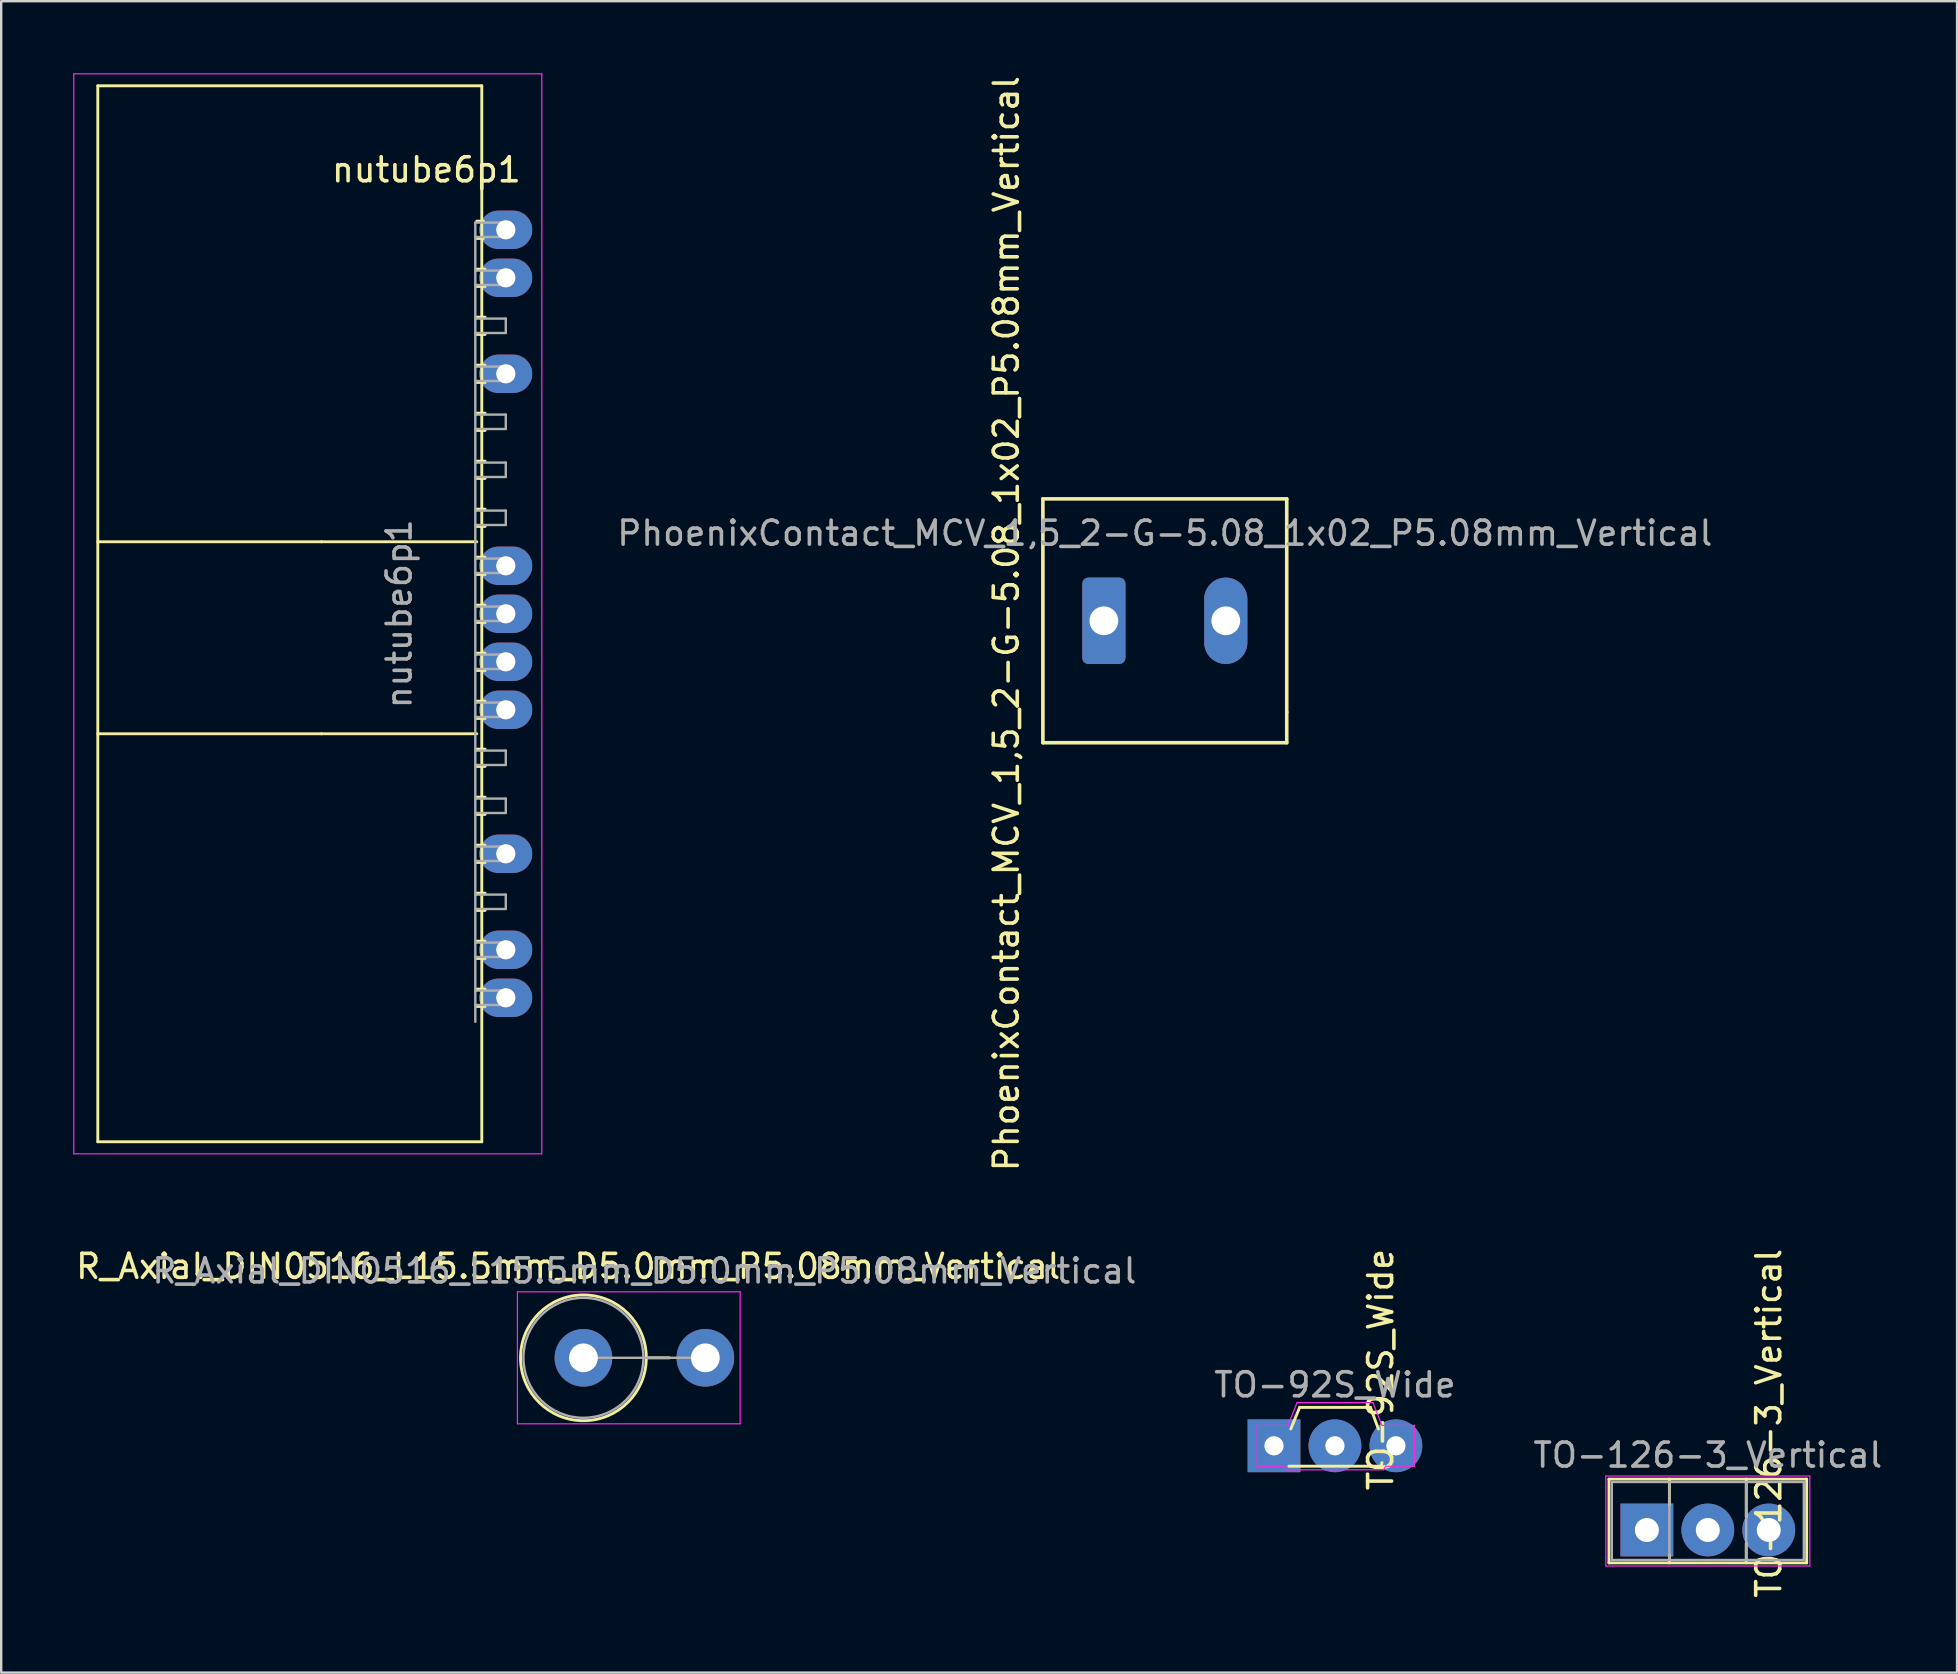
<source format=kicad_pcb>
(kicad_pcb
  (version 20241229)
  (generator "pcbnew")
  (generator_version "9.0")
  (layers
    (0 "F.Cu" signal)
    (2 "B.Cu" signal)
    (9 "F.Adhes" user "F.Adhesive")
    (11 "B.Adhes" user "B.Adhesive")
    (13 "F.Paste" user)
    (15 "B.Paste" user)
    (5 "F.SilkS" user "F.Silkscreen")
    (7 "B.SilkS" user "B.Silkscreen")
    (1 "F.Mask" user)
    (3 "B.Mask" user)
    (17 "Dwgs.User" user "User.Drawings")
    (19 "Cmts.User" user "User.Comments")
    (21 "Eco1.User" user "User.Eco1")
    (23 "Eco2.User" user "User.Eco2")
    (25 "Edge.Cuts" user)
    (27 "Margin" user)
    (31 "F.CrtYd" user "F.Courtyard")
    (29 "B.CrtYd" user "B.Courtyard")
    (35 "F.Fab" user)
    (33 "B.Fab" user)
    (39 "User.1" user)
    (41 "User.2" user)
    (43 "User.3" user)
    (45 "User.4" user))
  (footprint "TO-92S_Wide"
    (layer "F.Cu")
    (at 50.034 57.193)
    (property "Reference" "TO-92S_Wide" (at 4.445 -3.175 90) (layer "F.SilkS") (effects (font (size 1 1) (thickness 0.15))))
    (attr through_hole)
    (fp_line (start 0.62 0.85) (end 4.47 0.85) (stroke (width 0.12) (type solid)) (layer "F.SilkS"))
    (fp_line (start 1.07 -1.6) (end 0.7 -0.7) (stroke (width 0.12) (type solid)) (layer "F.SilkS"))
    (fp_line (start 4.02 -1.6) (end 1.07 -1.6) (stroke (width 0.12) (type solid)) (layer "F.SilkS"))
    (fp_line (start 4.35 -0.7) (end 4.02 -1.6) (stroke (width 0.12) (type solid)) (layer "F.SilkS"))
    (fp_line (start 4.47 0.85) (end 4.5 0.7) (stroke (width 0.12) (type solid)) (layer "F.SilkS"))
    (fp_line (start -0.7 -0.85) (end -0.7 0.85) (stroke (width 0.05) (type solid)) (layer "F.CrtYd"))
    (fp_line (start -0.7 0.85) (end 0.43 0.85) (stroke (width 0.05) (type solid)) (layer "F.CrtYd"))
    (fp_line (start 0.51 1) (end 0.43 0.85) (stroke (width 0.05) (type solid)) (layer "F.CrtYd"))
    (fp_line (start 0.52 1) (end 4.57 1) (stroke (width 0.05) (type solid)) (layer "F.CrtYd"))
    (fp_line (start 0.58 -0.85) (end -0.7 -0.85) (stroke (width 0.05) (type solid)) (layer "F.CrtYd"))
    (fp_line (start 0.58 -0.85) (end 0.96 -1.8) (stroke (width 0.05) (type solid)) (layer "F.CrtYd"))
    (fp_line (start 4.12 -1.8) (end 0.97 -1.8) (stroke (width 0.05) (type solid)) (layer "F.CrtYd"))
    (fp_line (start 4.5 -0.85) (end 4.12 -1.8) (stroke (width 0.05) (type solid)) (layer "F.CrtYd"))
    (fp_line (start 4.5 -0.85) (end 5.85 -0.85) (stroke (width 0.05) (type solid)) (layer "F.CrtYd"))
    (fp_line (start 4.57 1) (end 4.65 0.85) (stroke (width 0.05) (type solid)) (layer "F.CrtYd"))
    (fp_line (start 5.85 -0.85) (end 5.85 0.85) (stroke (width 0.05) (type solid)) (layer "F.CrtYd"))
    (fp_line (start 5.85 0.85) (end 4.65 0.85) (stroke (width 0.05) (type solid)) (layer "F.CrtYd"))
    (fp_text user "${REFERENCE}" (at 2.54 -2.54 180) (layer "F.Fab") (effects (font (size 1 1) (thickness 0.15))))
    (pad "1" thru_hole rect (at 0 0 180) (size 2.2 2.2) (drill 0.8) (layers "*.Cu" "*.Mask"))
    (pad "2" thru_hole oval (at 2.54 0 180) (size 2.2 2.2) (drill 0.8) (layers "*.Cu" "*.Mask"))
    (pad "3" thru_hole oval (at 5.08 0 180) (size 2.2 2.2) (drill 0.8) (layers "*.Cu" "*.Mask")))
  (footprint "R_Axial_DIN0516_L15.5mm_D5.0mm_P5.08mm_Vertical"
    (layer "F.Cu")
    (at 21.26 53.527)
    (property "Reference" "R_Axial_DIN0516_L15.5mm_D5.0mm_P5.08mm_Vertical" (at -0.635 -3.81 180) (layer "F.SilkS") (effects (font (size 1 1) (thickness 0.15))))
    (attr through_hole)
    (fp_line (start 2.62 0) (end 3.58 0) (stroke (width 0.12) (type solid)) (layer "F.SilkS"))
    (fp_circle (center 0 0) (end 2.62 0) (stroke (width 0.12) (type solid)) (fill no) (layer "F.SilkS"))
    (fp_line (start -2.75 -2.75) (end -2.75 2.75) (stroke (width 0.05) (type solid)) (layer "F.CrtYd"))
    (fp_line (start -2.75 2.75) (end 6.53 2.75) (stroke (width 0.05) (type solid)) (layer "F.CrtYd"))
    (fp_line (start 6.53 -2.75) (end -2.75 -2.75) (stroke (width 0.05) (type solid)) (layer "F.CrtYd"))
    (fp_line (start 6.53 2.75) (end 6.53 -2.75) (stroke (width 0.05) (type solid)) (layer "F.CrtYd"))
    (fp_line (start 0 0) (end 5.08 0) (stroke (width 0.1) (type solid)) (layer "F.Fab"))
    (fp_circle (center 0 0) (end 2.5 0) (stroke (width 0.1) (type solid)) (fill no) (layer "F.Fab"))
    (fp_text user "${REFERENCE}" (at 2.54 -3.62 180) (layer "F.Fab") (effects (font (size 1 1) (thickness 0.15))))
    (pad "1" thru_hole circle (at 0 0) (size 2.4 2.4) (drill 1.2) (layers "*.Cu" "*.Mask"))
    (pad "2" thru_hole oval (at 5.08 0) (size 2.4 2.4) (drill 1.2) (layers "*.Cu" "*.Mask")))
  (footprint "PhoenixContact_MCV_1,5_2-G-5.08_1x02_P5.08mm_Vertical"
    (layer "F.Cu")
    (at 42.945 22.817)
    (property "Reference" "PhoenixContact_MCV_1,5_2-G-5.08_1x02_P5.08mm_Vertical" (at -4.064 0.118 90) (layer "F.SilkS") (effects (font (size 1 1) (thickness 0.15))))
    (attr through_hole)
    (fp_line (start -2.54 -5.08) (end -2.54 5.08) (stroke (width 0.15) (type solid)) (layer "F.SilkS"))
    (fp_line (start -2.54 5.08) (end 7.62 5.08) (stroke (width 0.15) (type solid)) (layer "F.SilkS"))
    (fp_line (start 7.62 -5.08) (end -2.54 -5.08) (stroke (width 0.15) (type solid)) (layer "F.SilkS"))
    (fp_line (start 7.62 3.81) (end 7.62 -5.08) (stroke (width 0.15) (type solid)) (layer "F.SilkS"))
    (fp_line (start 7.62 5.08) (end 7.62 3.81) (stroke (width 0.15) (type solid)) (layer "F.SilkS"))
    (fp_text user "${REFERENCE}" (at 2.54 -3.65 0) (layer "F.Fab") (effects (font (size 1 1) (thickness 0.15))))
    (pad "1" thru_hole roundrect (at 0 0) (size 1.8 3.6) (drill 1.2) (layers "*.Cu" "*.Mask") (roundrect_rratio 0.139))
    (pad "2" thru_hole oval (at 5.08 0) (size 1.8 3.6) (drill 1.2) (layers "*.Cu" "*.Mask")))
  (footprint "TO-126-3_Vertical"
    (layer "F.Cu")
    (at 65.57 60.701)
    (property "Reference" "TO-126-3_Vertical" (at 5.08 -4.445 270) (layer "F.SilkS") (effects (font (size 1 1) (thickness 0.15))))
    (attr through_hole)
    (fp_line (start -1.58 -2.12) (end -1.58 1.37) (stroke (width 0.12) (type solid)) (layer "F.SilkS"))
    (fp_line (start -1.58 -2.12) (end 6.66 -2.12) (stroke (width 0.12) (type solid)) (layer "F.SilkS"))
    (fp_line (start -1.58 1.37) (end 6.66 1.37) (stroke (width 0.12) (type solid)) (layer "F.SilkS"))
    (fp_line (start 0.94 -2.12) (end 0.94 -1.05) (stroke (width 0.12) (type solid)) (layer "F.SilkS"))
    (fp_line (start 0.94 1.05) (end 0.94 1.37) (stroke (width 0.12) (type solid)) (layer "F.SilkS"))
    (fp_line (start 4.141 -2.12) (end 4.141 -0.54) (stroke (width 0.12) (type solid)) (layer "F.SilkS"))
    (fp_line (start 4.141 0.54) (end 4.141 1.37) (stroke (width 0.12) (type solid)) (layer "F.SilkS"))
    (fp_line (start 6.66 -2.12) (end 6.66 1.37) (stroke (width 0.12) (type solid)) (layer "F.SilkS"))
    (fp_line (start -1.71 -2.25) (end -1.71 1.5) (stroke (width 0.05) (type solid)) (layer "F.CrtYd"))
    (fp_line (start -1.71 1.5) (end 6.79 1.5) (stroke (width 0.05) (type solid)) (layer "F.CrtYd"))
    (fp_line (start 6.79 -2.25) (end -1.71 -2.25) (stroke (width 0.05) (type solid)) (layer "F.CrtYd"))
    (fp_line (start 6.79 1.5) (end 6.79 -2.25) (stroke (width 0.05) (type solid)) (layer "F.CrtYd"))
    (fp_line (start -1.46 -2) (end -1.46 1.25) (stroke (width 0.1) (type solid)) (layer "F.Fab"))
    (fp_line (start -1.46 1.25) (end 6.54 1.25) (stroke (width 0.1) (type solid)) (layer "F.Fab"))
    (fp_line (start 0.94 -2) (end 0.94 1.25) (stroke (width 0.1) (type solid)) (layer "F.Fab"))
    (fp_line (start 4.14 -2) (end 4.14 1.25) (stroke (width 0.1) (type solid)) (layer "F.Fab"))
    (fp_line (start 6.54 -2) (end -1.46 -2) (stroke (width 0.1) (type solid)) (layer "F.Fab"))
    (fp_line (start 6.54 1.25) (end 6.54 -2) (stroke (width 0.1) (type solid)) (layer "F.Fab"))
    (fp_text user "${REFERENCE}" (at 2.54 -3.12 180) (layer "F.Fab") (effects (font (size 1 1) (thickness 0.15))))
    (pad "1" thru_hole rect (at 0 0) (size 2.2 2.2) (drill 1) (layers "*.Cu" "*.Mask"))
    (pad "2" thru_hole oval (at 2.54 0) (size 2.2 2.2) (drill 1) (layers "*.Cu" "*.Mask"))
    (pad "3" thru_hole oval (at 5.08 0) (size 2.2 2.2) (drill 1) (layers "*.Cu" "*.Mask")))
  (footprint "nutube6p1"
    (layer "F.Cu")
    (at 18.025 6.525)
    (property "Reference" "nutube6p1" (at -3.31 -2.5 0) (layer "F.SilkS") (effects (font (size 1 1) (thickness 0.15))))
    (attr through_hole)
    (fp_line (start -17 38) (end -17 -6) (stroke (width 0.12) (type solid)) (layer "F.SilkS"))
    (fp_line (start -7.68 13) (end -17 13) (stroke (width 0.12) (type solid)) (layer "F.SilkS"))
    (fp_line (start -7.68 13) (end -1.21 13) (stroke (width 0.12) (type solid)) (layer "F.SilkS"))
    (fp_line (start -7.68 21) (end -17 21) (stroke (width 0.12) (type solid)) (layer "F.SilkS"))
    (fp_line (start -7.68 21) (end -1.21 21) (stroke (width 0.12) (type solid)) (layer "F.SilkS"))
    (fp_line (start -1.21 -0.36) (end -0.935 -0.36) (stroke (width 0.12) (type solid)) (layer "F.SilkS"))
    (fp_line (start -1.21 0.36) (end -0.935 0.36) (stroke (width 0.12) (type solid)) (layer "F.SilkS"))
    (fp_line (start -1.21 1.64) (end -0.863 1.64) (stroke (width 0.12) (type solid)) (layer "F.SilkS"))
    (fp_line (start -1.21 2.36) (end -0.863 2.36) (stroke (width 0.12) (type solid)) (layer "F.SilkS"))
    (fp_line (start -1.21 3.64) (end -0.863 3.64) (stroke (width 0.12) (type solid)) (layer "F.SilkS"))
    (fp_line (start -1.21 4.36) (end -0.863 4.36) (stroke (width 0.12) (type solid)) (layer "F.SilkS"))
    (fp_line (start -1.21 5.64) (end -0.863 5.64) (stroke (width 0.12) (type solid)) (layer "F.SilkS"))
    (fp_line (start -1.21 6.36) (end -0.863 6.36) (stroke (width 0.12) (type solid)) (layer "F.SilkS"))
    (fp_line (start -1.21 7.64) (end -0.863 7.64) (stroke (width 0.12) (type solid)) (layer "F.SilkS"))
    (fp_line (start -1.21 8.36) (end -0.863 8.36) (stroke (width 0.12) (type solid)) (layer "F.SilkS"))
    (fp_line (start -1.21 9.64) (end -0.863 9.64) (stroke (width 0.12) (type solid)) (layer "F.SilkS"))
    (fp_line (start -1.21 10.36) (end -0.863 10.36) (stroke (width 0.12) (type solid)) (layer "F.SilkS"))
    (fp_line (start -1.21 11.64) (end -0.863 11.64) (stroke (width 0.12) (type solid)) (layer "F.SilkS"))
    (fp_line (start -1.21 12.36) (end -0.863 12.36) (stroke (width 0.12) (type solid)) (layer "F.SilkS"))
    (fp_line (start -1.21 13.64) (end -0.863 13.64) (stroke (width 0.12) (type solid)) (layer "F.SilkS"))
    (fp_line (start -1.21 14.36) (end -0.863 14.36) (stroke (width 0.12) (type solid)) (layer "F.SilkS"))
    (fp_line (start -1.21 15.64) (end -0.863 15.64) (stroke (width 0.12) (type solid)) (layer "F.SilkS"))
    (fp_line (start -1.21 16.36) (end -0.863 16.36) (stroke (width 0.12) (type solid)) (layer "F.SilkS"))
    (fp_line (start -1.21 17.64) (end -0.863 17.64) (stroke (width 0.12) (type solid)) (layer "F.SilkS"))
    (fp_line (start -1.21 18.36) (end -0.863 18.36) (stroke (width 0.12) (type solid)) (layer "F.SilkS"))
    (fp_line (start -1.21 19.64) (end -0.863 19.64) (stroke (width 0.12) (type solid)) (layer "F.SilkS"))
    (fp_line (start -1.21 20.36) (end -0.863 20.36) (stroke (width 0.12) (type solid)) (layer "F.SilkS"))
    (fp_line (start -1.21 21.64) (end -0.863 21.64) (stroke (width 0.12) (type solid)) (layer "F.SilkS"))
    (fp_line (start -1.21 22.36) (end -0.863 22.36) (stroke (width 0.12) (type solid)) (layer "F.SilkS"))
    (fp_line (start -1.21 23.64) (end -0.863 23.64) (stroke (width 0.12) (type solid)) (layer "F.SilkS"))
    (fp_line (start -1.21 24.36) (end -0.863 24.36) (stroke (width 0.12) (type solid)) (layer "F.SilkS"))
    (fp_line (start -1.21 25.64) (end -0.863 25.64) (stroke (width 0.12) (type solid)) (layer "F.SilkS"))
    (fp_line (start -1.21 26.36) (end -0.863 26.36) (stroke (width 0.12) (type solid)) (layer "F.SilkS"))
    (fp_line (start -1.21 27.64) (end -0.863 27.64) (stroke (width 0.12) (type solid)) (layer "F.SilkS"))
    (fp_line (start -1.21 28.36) (end -0.863 28.36) (stroke (width 0.12) (type solid)) (layer "F.SilkS"))
    (fp_line (start -1.21 29.64) (end -0.863 29.64) (stroke (width 0.12) (type solid)) (layer "F.SilkS"))
    (fp_line (start -1.21 30.36) (end -0.863 30.36) (stroke (width 0.12) (type solid)) (layer "F.SilkS"))
    (fp_line (start -1.21 31.64) (end -0.863 31.64) (stroke (width 0.12) (type solid)) (layer "F.SilkS"))
    (fp_line (start -1.21 32.36) (end -0.863 32.36) (stroke (width 0.12) (type solid)) (layer "F.SilkS"))
    (fp_line (start -1 -6) (end -17 -6) (stroke (width 0.12) (type solid)) (layer "F.SilkS"))
    (fp_line (start -1 38) (end -17 38) (stroke (width 0.12) (type solid)) (layer "F.SilkS"))
    (fp_line (start -1 38) (end -1 -6) (stroke (width 0.12) (type solid)) (layer "F.SilkS"))
    (fp_line (start -18 -6.5) (end -18 38.5) (stroke (width 0.05) (type solid)) (layer "F.CrtYd"))
    (fp_line (start -18 38.5) (end 1.5 38.5) (stroke (width 0.05) (type solid)) (layer "F.CrtYd"))
    (fp_line (start 1.5 -6.5) (end -18 -6.5) (stroke (width 0.05) (type solid)) (layer "F.CrtYd"))
    (fp_line (start 1.5 38.5) (end 1.5 -6.5) (stroke (width 0.05) (type solid)) (layer "F.CrtYd"))
    (fp_line (start -1.27 -0.3) (end -1.27 33) (stroke (width 0.1) (type solid)) (layer "F.Fab"))
    (fp_line (start -1.27 0.3) (end 0 0.3) (stroke (width 0.1) (type solid)) (layer "F.Fab"))
    (fp_line (start -1.27 2.3) (end 0 2.3) (stroke (width 0.1) (type solid)) (layer "F.Fab"))
    (fp_line (start -1.27 4.3) (end 0 4.3) (stroke (width 0.1) (type solid)) (layer "F.Fab"))
    (fp_line (start -1.27 6.3) (end 0 6.3) (stroke (width 0.1) (type solid)) (layer "F.Fab"))
    (fp_line (start -1.27 8.3) (end 0 8.3) (stroke (width 0.1) (type solid)) (layer "F.Fab"))
    (fp_line (start -1.27 10.3) (end 0 10.3) (stroke (width 0.1) (type solid)) (layer "F.Fab"))
    (fp_line (start -1.27 12.3) (end 0 12.3) (stroke (width 0.1) (type solid)) (layer "F.Fab"))
    (fp_line (start -1.27 14.3) (end 0 14.3) (stroke (width 0.1) (type solid)) (layer "F.Fab"))
    (fp_line (start -1.27 16.3) (end 0 16.3) (stroke (width 0.1) (type solid)) (layer "F.Fab"))
    (fp_line (start -1.27 18.3) (end 0 18.3) (stroke (width 0.1) (type solid)) (layer "F.Fab"))
    (fp_line (start -1.27 20.3) (end 0 20.3) (stroke (width 0.1) (type solid)) (layer "F.Fab"))
    (fp_line (start -1.27 22.3) (end 0 22.3) (stroke (width 0.1) (type solid)) (layer "F.Fab"))
    (fp_line (start -1.27 24.3) (end 0 24.3) (stroke (width 0.1) (type solid)) (layer "F.Fab"))
    (fp_line (start -1.27 26.3) (end 0 26.3) (stroke (width 0.1) (type solid)) (layer "F.Fab"))
    (fp_line (start -1.27 28.3) (end 0 28.3) (stroke (width 0.1) (type solid)) (layer "F.Fab"))
    (fp_line (start -1.27 30.3) (end 0 30.3) (stroke (width 0.1) (type solid)) (layer "F.Fab"))
    (fp_line (start -1.27 32.3) (end 0 32.3) (stroke (width 0.1) (type solid)) (layer "F.Fab"))
    (fp_line (start 0 -0.3) (end -1.27 -0.3) (stroke (width 0.1) (type solid)) (layer "F.Fab"))
    (fp_line (start 0 0.3) (end 0 -0.3) (stroke (width 0.1) (type solid)) (layer "F.Fab"))
    (fp_line (start 0 1.7) (end -1.27 1.7) (stroke (width 0.1) (type solid)) (layer "F.Fab"))
    (fp_line (start 0 2.3) (end 0 1.7) (stroke (width 0.1) (type solid)) (layer "F.Fab"))
    (fp_line (start 0 3.7) (end -1.27 3.7) (stroke (width 0.1) (type solid)) (layer "F.Fab"))
    (fp_line (start 0 4.3) (end 0 3.7) (stroke (width 0.1) (type solid)) (layer "F.Fab"))
    (fp_line (start 0 5.7) (end -1.27 5.7) (stroke (width 0.1) (type solid)) (layer "F.Fab"))
    (fp_line (start 0 6.3) (end 0 5.7) (stroke (width 0.1) (type solid)) (layer "F.Fab"))
    (fp_line (start 0 7.7) (end -1.27 7.7) (stroke (width 0.1) (type solid)) (layer "F.Fab"))
    (fp_line (start 0 8.3) (end 0 7.7) (stroke (width 0.1) (type solid)) (layer "F.Fab"))
    (fp_line (start 0 9.7) (end -1.27 9.7) (stroke (width 0.1) (type solid)) (layer "F.Fab"))
    (fp_line (start 0 10.3) (end 0 9.7) (stroke (width 0.1) (type solid)) (layer "F.Fab"))
    (fp_line (start 0 11.7) (end -1.27 11.7) (stroke (width 0.1) (type solid)) (layer "F.Fab"))
    (fp_line (start 0 12.3) (end 0 11.7) (stroke (width 0.1) (type solid)) (layer "F.Fab"))
    (fp_line (start 0 13.7) (end -1.27 13.7) (stroke (width 0.1) (type solid)) (layer "F.Fab"))
    (fp_line (start 0 14.3) (end 0 13.7) (stroke (width 0.1) (type solid)) (layer "F.Fab"))
    (fp_line (start 0 15.7) (end -1.27 15.7) (stroke (width 0.1) (type solid)) (layer "F.Fab"))
    (fp_line (start 0 16.3) (end 0 15.7) (stroke (width 0.1) (type solid)) (layer "F.Fab"))
    (fp_line (start 0 17.7) (end -1.27 17.7) (stroke (width 0.1) (type solid)) (layer "F.Fab"))
    (fp_line (start 0 18.3) (end 0 17.7) (stroke (width 0.1) (type solid)) (layer "F.Fab"))
    (fp_line (start 0 19.7) (end -1.27 19.7) (stroke (width 0.1) (type solid)) (layer "F.Fab"))
    (fp_line (start 0 20.3) (end 0 19.7) (stroke (width 0.1) (type solid)) (layer "F.Fab"))
    (fp_line (start 0 21.7) (end -1.27 21.7) (stroke (width 0.1) (type solid)) (layer "F.Fab"))
    (fp_line (start 0 22.3) (end 0 21.7) (stroke (width 0.1) (type solid)) (layer "F.Fab"))
    (fp_line (start 0 23.7) (end -1.27 23.7) (stroke (width 0.1) (type solid)) (layer "F.Fab"))
    (fp_line (start 0 24.3) (end 0 23.7) (stroke (width 0.1) (type solid)) (layer "F.Fab"))
    (fp_line (start 0 25.7) (end -1.27 25.7) (stroke (width 0.1) (type solid)) (layer "F.Fab"))
    (fp_line (start 0 26.3) (end 0 25.7) (stroke (width 0.1) (type solid)) (layer "F.Fab"))
    (fp_line (start 0 27.7) (end -1.27 27.7) (stroke (width 0.1) (type solid)) (layer "F.Fab"))
    (fp_line (start 0 28.3) (end 0 27.7) (stroke (width 0.1) (type solid)) (layer "F.Fab"))
    (fp_line (start 0 29.7) (end -1.27 29.7) (stroke (width 0.1) (type solid)) (layer "F.Fab"))
    (fp_line (start 0 30.3) (end 0 29.7) (stroke (width 0.1) (type solid)) (layer "F.Fab"))
    (fp_line (start 0 31.7) (end -1.27 31.7) (stroke (width 0.1) (type solid)) (layer "F.Fab"))
    (fp_line (start 0 32.3) (end 0 31.7) (stroke (width 0.1) (type solid)) (layer "F.Fab"))
    (fp_text user "${REFERENCE}" (at -4.445 16 90) (layer "F.Fab") (effects (font (size 1 1) (thickness 0.15))))
    (pad "1" thru_hole oval (at 0 32) (size 2.2 1.6) (drill 0.8) (layers "*.Cu" "*.Mask"))
    (pad "2" thru_hole oval (at 0 30) (size 2.2 1.6) (drill 0.8) (layers "*.Cu" "*.Mask"))
    (pad "4" thru_hole oval (at 0 26) (size 2.2 1.6) (drill 0.8) (layers "*.Cu" "*.Mask"))
    (pad "7" thru_hole oval (at 0 20) (size 2.2 1.6) (drill 0.8) (layers "*.Cu" "*.Mask"))
    (pad "8" thru_hole oval (at 0 18) (size 2.2 1.6) (drill 0.8) (layers "*.Cu" "*.Mask"))
    (pad "9" thru_hole oval (at 0 16) (size 2.2 1.6) (drill 0.8) (layers "*.Cu" "*.Mask"))
    (pad "10" thru_hole oval (at 0 14) (size 2.2 1.6) (drill 0.8) (layers "*.Cu" "*.Mask"))
    (pad "14" thru_hole oval (at 0 6) (size 2.2 1.6) (drill 0.8) (layers "*.Cu" "*.Mask"))
    (pad "16" thru_hole oval (at 0 2) (size 2.2 1.6) (drill 0.8) (layers "*.Cu" "*.Mask"))
    (pad "17" thru_hole oval (at 0 0) (size 2.2 1.6) (drill 0.8) (layers "*.Cu" "*.Mask")))
  (gr_rect
    (start -3 -3)
    (end 78.496 66.643)
    (stroke (width 0.1) (type default))
    (fill no)
    (layer "Edge.Cuts")))
</source>
